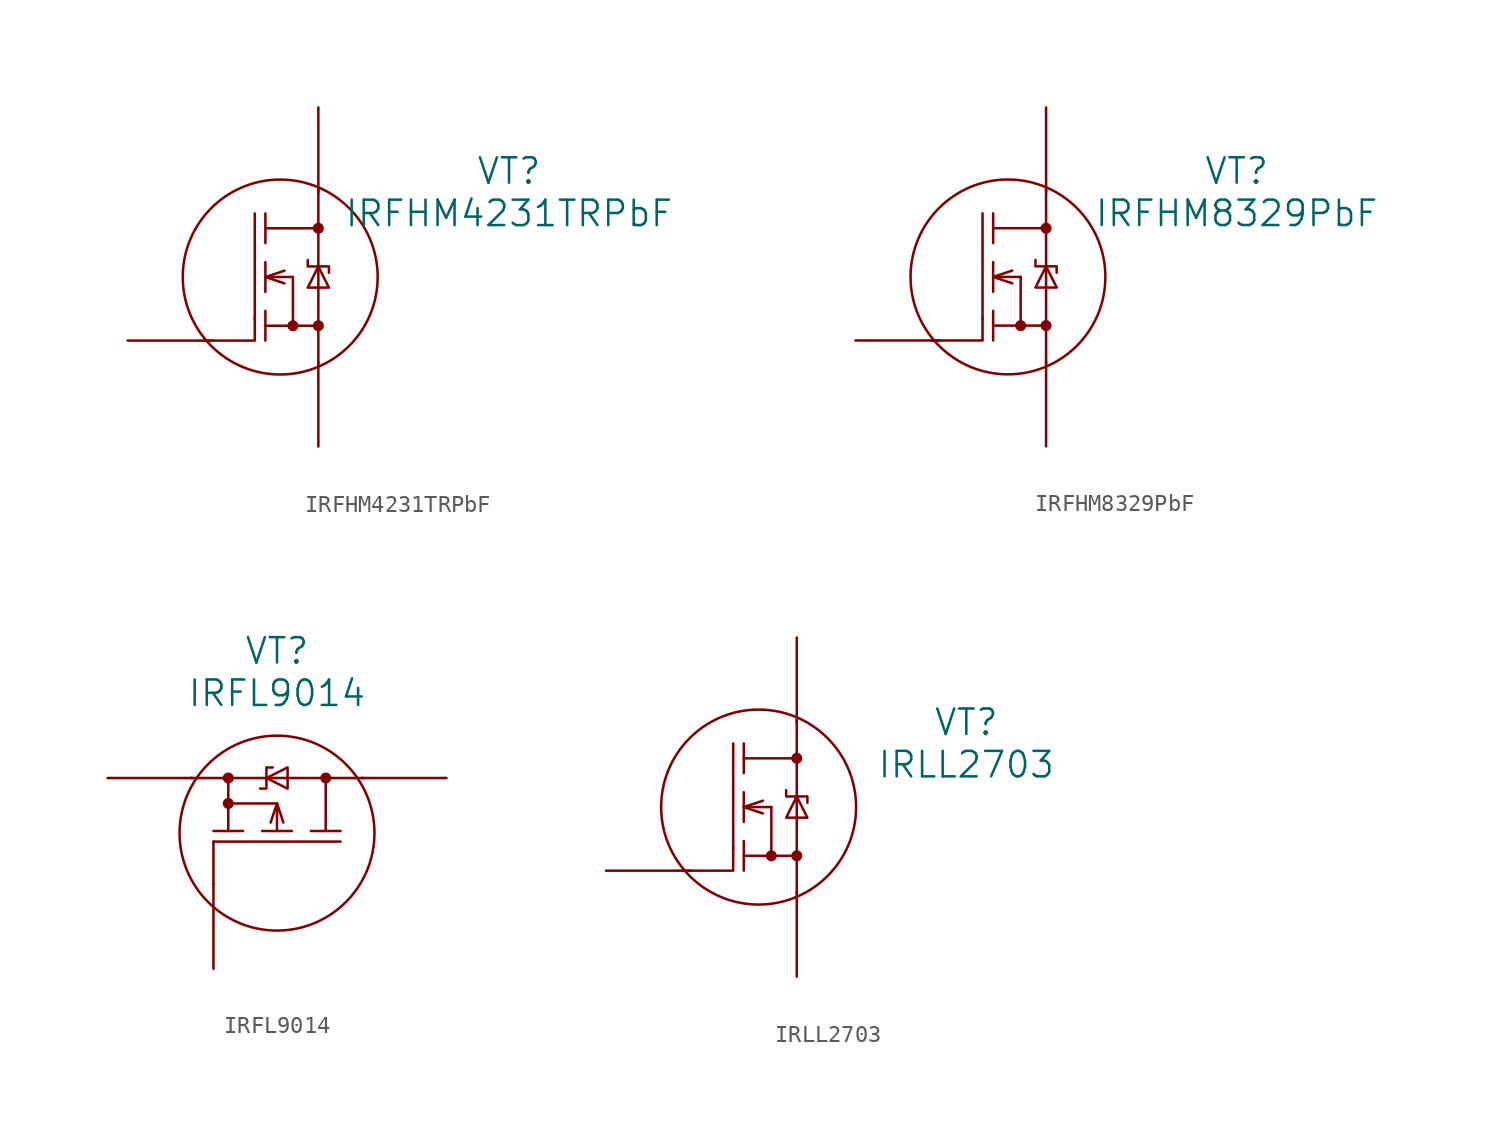
<source format=kicad_sym>
(kicad_symbol_lib
  (version 20220914)
  (generator kicad_symbol_editor)
  (symbol "IRFHM4231TRPbF"
    (pin_numbers hide)
    (pin_names
      (offset 1.016) hide)
    (property "Reference" "VT"
      (at 13.97 6.35 0)
      (effects (font (size 1.524 1.524))))
    (property "Value" "IRFHM4231TRPbF"
      (at 13.97 3.81 0)
      (effects (font (size 1.524 1.524))))
    (property "Datasheet" ""
      (at -8.89 -3.81 0)
      (effects (font (size 1.524 1.524))))
    (symbol "IRFHM4231TRPbF_0_1"
      (polyline (pts (xy -0.635 0.889) (xy -0.635 -0.889)) (stroke (width 0) (type solid)) (fill (type none)))
      (polyline (pts (xy -0.635 2.921) (xy 2.54 2.921)) (stroke (width 0) (type solid)) (fill (type none)))
      (polyline (pts (xy 1.016 -2.921) (xy 1.016 0)) (stroke (width 0) (type solid)) (fill (type none)))
      (polyline (pts (xy 1.016 0) (xy -0.635 0)) (stroke (width 0) (type solid)) (fill (type none)))
      (polyline (pts (xy 2.54 5.207) (xy 2.54 -5.207)) (stroke (width 0) (type solid)) (fill (type none)))
      (polyline (pts (xy -4.318 -3.81) (xy -1.27 -3.81) (xy -1.27 -2.413)) (stroke (width 0) (type solid)) (fill (type none)))
      (polyline (pts (xy -1.27 3.81) (xy -1.27 -2.54) (xy -1.27 -2.54)) (stroke (width 0) (type solid)) (fill (type none)))
      (polyline (pts (xy -0.635 -2.921) (xy 2.54 -2.921) (xy 2.54 -2.921)) (stroke (width 0) (type solid)) (fill (type none)))
      (polyline (pts (xy -0.635 -2.032) (xy -0.635 -3.175) (xy -0.635 -3.81)) (stroke (width 0) (type solid)) (fill (type none)))
      (polyline (pts (xy -0.635 3.81) (xy -0.635 2.413) (xy -0.635 2.032)) (stroke (width 0) (type solid)) (fill (type none)))
      (polyline (pts (xy 0.508 -0.381) (xy -0.635 0) (xy 0.508 0.381)) (stroke (width 0) (type solid)) (fill (type none)))
      (polyline (pts (xy 1.905 1.016) (xy 1.905 0.635) (xy 3.175 0.635) (xy 3.175 0.254)) (stroke (width 0) (type solid)) (fill (type none)))
      (polyline (pts (xy 2.54 0.635) (xy 1.905 -0.635) (xy 3.175 -0.635) (xy 2.54 0.635)) (stroke (width 0) (type solid)) (fill (type none)))
      (circle (center 0.254 0) (radius 5.842) (stroke (width 0) (type solid)) (fill (type none))))
    (symbol "IRFHM4231TRPbF_1_1"
      (circle (center 1.016 -2.921) (radius 0.254) (stroke (width 0) (type solid)) (fill (type outline)))
      (circle (center 2.54 -2.921) (radius 0.254) (stroke (width 0) (type solid)) (fill (type outline)))
      (circle (center 2.54 2.921) (radius 0.254) (stroke (width 0) (type solid)) (fill (type outline)))
      (pin passive line (at 2.54 10.16 270) (length 5.08) (name "D" (effects (font (size 1.27 1.27)))) (number "D" (effects (font (size 1.27 1.27)))))
      (pin passive line (at -8.89 -3.81 0) (length 5.08) (name "G" (effects (font (size 1.27 1.27)))) (number "G" (effects (font (size 1.27 1.27)))))
      (pin passive line (at 2.54 -10.16 90) (length 5.08) (name "S" (effects (font (size 1.27 1.27)))) (number "S" (effects (font (size 1.27 1.27)))))))
  (symbol "IRFHM8329PbF"
    (pin_numbers hide)
    (pin_names
      (offset 1.016) hide)
    (property "Reference" "VT"
      (at 13.97 6.35 0)
      (effects (font (size 1.524 1.524))))
    (property "Value" "IRFHM8329PbF"
      (at 13.97 3.81 0)
      (effects (font (size 1.524 1.524))))
    (property "Datasheet" ""
      (at -8.89 -3.81 0)
      (effects (font (size 1.524 1.524))))
    (symbol "IRFHM8329PbF_0_1"
      (polyline (pts (xy -0.635 0.889) (xy -0.635 -0.889)) (stroke (width 0) (type solid)) (fill (type none)))
      (polyline (pts (xy -0.635 2.921) (xy 2.54 2.921)) (stroke (width 0) (type solid)) (fill (type none)))
      (polyline (pts (xy 1.016 -2.921) (xy 1.016 0)) (stroke (width 0) (type solid)) (fill (type none)))
      (polyline (pts (xy 1.016 0) (xy -0.635 0)) (stroke (width 0) (type solid)) (fill (type none)))
      (polyline (pts (xy 2.54 5.207) (xy 2.54 -5.207)) (stroke (width 0) (type solid)) (fill (type none)))
      (polyline (pts (xy -4.318 -3.81) (xy -1.27 -3.81) (xy -1.27 -2.413)) (stroke (width 0) (type solid)) (fill (type none)))
      (polyline (pts (xy -1.27 3.81) (xy -1.27 -2.54) (xy -1.27 -2.54)) (stroke (width 0) (type solid)) (fill (type none)))
      (polyline (pts (xy -0.635 -2.921) (xy 2.54 -2.921) (xy 2.54 -2.921)) (stroke (width 0) (type solid)) (fill (type none)))
      (polyline (pts (xy -0.635 -2.032) (xy -0.635 -3.175) (xy -0.635 -3.81)) (stroke (width 0) (type solid)) (fill (type none)))
      (polyline (pts (xy -0.635 3.81) (xy -0.635 2.413) (xy -0.635 2.032)) (stroke (width 0) (type solid)) (fill (type none)))
      (polyline (pts (xy 0.508 -0.381) (xy -0.635 0) (xy 0.508 0.381)) (stroke (width 0) (type solid)) (fill (type none)))
      (polyline (pts (xy 1.905 1.016) (xy 1.905 0.635) (xy 3.175 0.635) (xy 3.175 0.254)) (stroke (width 0) (type solid)) (fill (type none)))
      (polyline (pts (xy 2.54 0.635) (xy 1.905 -0.635) (xy 3.175 -0.635) (xy 2.54 0.635)) (stroke (width 0) (type solid)) (fill (type none)))
      (circle (center 0.254 0) (radius 5.842) (stroke (width 0) (type solid)) (fill (type none))))
    (symbol "IRFHM8329PbF_1_1"
      (circle (center 1.016 -2.921) (radius 0.254) (stroke (width 0) (type solid)) (fill (type outline)))
      (circle (center 2.54 -2.921) (radius 0.254) (stroke (width 0) (type solid)) (fill (type outline)))
      (circle (center 2.54 2.921) (radius 0.254) (stroke (width 0) (type solid)) (fill (type outline)))
      (pin passive line (at 2.54 10.16 270) (length 5.08) (name "D" (effects (font (size 1.27 1.27)))) (number "D" (effects (font (size 1.27 1.27)))))
      (pin passive line (at -8.89 -3.81 0) (length 5.08) (name "G" (effects (font (size 1.27 1.27)))) (number "G" (effects (font (size 1.27 1.27)))))
      (pin passive line (at 2.54 -10.16 90) (length 5.08) (name "S" (effects (font (size 1.27 1.27)))) (number "S" (effects (font (size 1.27 1.27)))))))
  (symbol "IRFL9014"
    (pin_numbers hide)
    (pin_names
      (offset 1.016) hide)
    (property "Reference" "VT"
      (at 0 10.16 0)
      (effects (font (size 1.524 1.524))))
    (property "Value" "IRFL9014"
      (at 0 7.62 0)
      (effects (font (size 1.524 1.524))))
    (property "Datasheet" ""
      (at 3.81 -8.89 90)
      (effects (font (size 1.524 1.524))))
    (symbol "IRFL9014_0_1"
      (circle (center 0 -0.762) (radius 5.842) (stroke (width 0) (type solid)) (fill (type none)))
      (polyline (pts (xy -5.207 2.54) (xy 5.207 2.54)) (stroke (width 0) (type solid)) (fill (type none)))
      (polyline (pts (xy -3.81 -1.27) (xy -3.81 -3.81)) (stroke (width 0) (type solid)) (fill (type none)))
      (polyline (pts (xy -2.921 -0.635) (xy -2.921 2.54)) (stroke (width 0) (type solid)) (fill (type none)))
      (polyline (pts (xy -0.889 -0.635) (xy 0.889 -0.635)) (stroke (width 0) (type solid)) (fill (type none)))
      (polyline (pts (xy 0 -0.635) (xy 0 1.016)) (stroke (width 0) (type solid)) (fill (type none)))
      (polyline (pts (xy 0 1.016) (xy -2.921 1.016)) (stroke (width 0) (type solid)) (fill (type none)))
      (polyline (pts (xy -3.81 -1.27) (xy 3.81 -1.27) (xy 3.81 -1.27)) (stroke (width 0) (type solid)) (fill (type none)))
      (polyline (pts (xy -3.81 -0.635) (xy -2.413 -0.635) (xy -2.032 -0.635)) (stroke (width 0) (type solid)) (fill (type none)))
      (polyline (pts (xy 0.381 -0.127) (xy 0 1.016) (xy -0.381 -0.127)) (stroke (width 0) (type solid)) (fill (type none)))
      (polyline (pts (xy 2.032 -0.635) (xy 3.175 -0.635) (xy 3.81 -0.635)) (stroke (width 0) (type solid)) (fill (type none)))
      (polyline (pts (xy 2.921 -0.635) (xy 2.921 2.54) (xy 2.921 2.54)) (stroke (width 0) (type solid)) (fill (type none)))
      (polyline (pts (xy -1.016 1.905) (xy -0.635 1.905) (xy -0.635 3.175) (xy -0.254 3.175)) (stroke (width 0) (type solid)) (fill (type none)))
      (polyline (pts (xy -0.635 2.54) (xy 0.635 1.905) (xy 0.635 3.175) (xy -0.635 2.54)) (stroke (width 0) (type solid)) (fill (type none))))
    (symbol "IRFL9014_1_1"
      (circle (center -2.921 1.016) (radius 0.254) (stroke (width 0) (type solid)) (fill (type outline)))
      (circle (center -2.921 2.54) (radius 0.254) (stroke (width 0) (type solid)) (fill (type outline)))
      (circle (center 2.921 2.54) (radius 0.254) (stroke (width 0) (type solid)) (fill (type outline)))
      (pin passive line (at -3.81 -8.89 90) (length 5.08) (name "G" (effects (font (size 1.27 1.27)))) (number "1" (effects (font (size 1.27 1.27)))))
      (pin passive line (at 10.16 2.54 180) (length 5.08) (name "D" (effects (font (size 1.27 1.27)))) (number "2" (effects (font (size 1.27 1.27)))))
      (pin passive line (at -10.16 2.54 0) (length 5.08) (name "S" (effects (font (size 1.27 1.27)))) (number "3" (effects (font (size 1.27 1.27)))))))
  (symbol "IRLL2703"
    (pin_numbers hide)
    (pin_names
      (offset 1.016) hide)
    (property "Reference" "VT"
      (at 12.7 5.08 0)
      (effects (font (size 1.524 1.524))))
    (property "Value" "IRLL2703"
      (at 12.7 2.54 0)
      (effects (font (size 1.524 1.524))))
    (property "Datasheet" ""
      (at -8.89 -3.81 0)
      (effects (font (size 1.524 1.524))))
    (symbol "IRLL2703_0_1"
      (polyline (pts (xy -0.635 0.889) (xy -0.635 -0.889)) (stroke (width 0) (type solid)) (fill (type none)))
      (polyline (pts (xy -0.635 2.921) (xy 2.54 2.921)) (stroke (width 0) (type solid)) (fill (type none)))
      (polyline (pts (xy 1.016 -2.921) (xy 1.016 0)) (stroke (width 0) (type solid)) (fill (type none)))
      (polyline (pts (xy 1.016 0) (xy -0.635 0)) (stroke (width 0) (type solid)) (fill (type none)))
      (polyline (pts (xy 2.54 5.207) (xy 2.54 -5.207)) (stroke (width 0) (type solid)) (fill (type none)))
      (polyline (pts (xy -4.318 -3.81) (xy -1.27 -3.81) (xy -1.27 -2.413)) (stroke (width 0) (type solid)) (fill (type none)))
      (polyline (pts (xy -1.27 3.81) (xy -1.27 -2.54) (xy -1.27 -2.54)) (stroke (width 0) (type solid)) (fill (type none)))
      (polyline (pts (xy -0.635 -2.921) (xy 2.54 -2.921) (xy 2.54 -2.921)) (stroke (width 0) (type solid)) (fill (type none)))
      (polyline (pts (xy -0.635 -2.032) (xy -0.635 -3.175) (xy -0.635 -3.81)) (stroke (width 0) (type solid)) (fill (type none)))
      (polyline (pts (xy -0.635 3.81) (xy -0.635 2.413) (xy -0.635 2.032)) (stroke (width 0) (type solid)) (fill (type none)))
      (polyline (pts (xy 0.508 -0.381) (xy -0.635 0) (xy 0.508 0.381)) (stroke (width 0) (type solid)) (fill (type none)))
      (polyline (pts (xy 1.905 1.016) (xy 1.905 0.635) (xy 3.175 0.635) (xy 3.175 0.254)) (stroke (width 0) (type solid)) (fill (type none)))
      (polyline (pts (xy 2.54 0.635) (xy 1.905 -0.635) (xy 3.175 -0.635) (xy 2.54 0.635)) (stroke (width 0) (type solid)) (fill (type none)))
      (circle (center 0.254 0) (radius 5.842) (stroke (width 0) (type solid)) (fill (type none))))
    (symbol "IRLL2703_1_1"
      (circle (center 1.016 -2.921) (radius 0.254) (stroke (width 0) (type solid)) (fill (type outline)))
      (circle (center 2.54 -2.921) (radius 0.254) (stroke (width 0) (type solid)) (fill (type outline)))
      (circle (center 2.54 2.921) (radius 0.254) (stroke (width 0) (type solid)) (fill (type outline)))
      (pin passive line (at -8.89 -3.81 0) (length 5.08) (name "G" (effects (font (size 1.27 1.27)))) (number "1" (effects (font (size 1.27 1.27)))))
      (pin passive line (at 2.54 10.16 270) (length 5.08) (name "D" (effects (font (size 1.27 1.27)))) (number "2" (effects (font (size 1.27 1.27)))))
      (pin passive line (at 2.54 -10.16 90) (length 5.08) (name "S" (effects (font (size 1.27 1.27)))) (number "3" (effects (font (size 1.27 1.27))))))))
</source>
